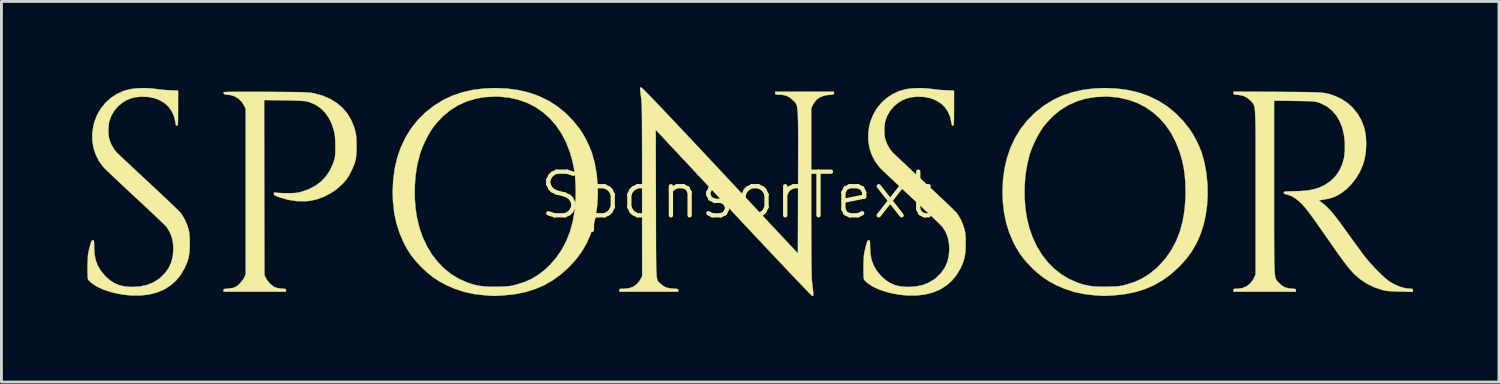
<source format=kicad_pcb>
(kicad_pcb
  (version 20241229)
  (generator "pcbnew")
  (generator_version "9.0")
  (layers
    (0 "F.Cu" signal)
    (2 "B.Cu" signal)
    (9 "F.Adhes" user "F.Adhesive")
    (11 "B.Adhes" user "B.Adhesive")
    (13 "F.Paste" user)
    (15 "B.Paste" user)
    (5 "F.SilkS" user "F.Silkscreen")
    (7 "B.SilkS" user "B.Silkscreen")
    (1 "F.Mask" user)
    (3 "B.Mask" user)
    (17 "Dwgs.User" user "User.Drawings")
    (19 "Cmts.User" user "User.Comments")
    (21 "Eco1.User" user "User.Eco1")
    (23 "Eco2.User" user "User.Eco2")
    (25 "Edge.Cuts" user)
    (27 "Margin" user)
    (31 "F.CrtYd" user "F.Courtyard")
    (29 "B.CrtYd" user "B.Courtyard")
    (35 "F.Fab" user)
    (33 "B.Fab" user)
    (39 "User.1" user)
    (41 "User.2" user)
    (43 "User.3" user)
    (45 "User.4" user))
  (footprint "SponsorText"
    (layer "F.Cu")
    (at 22.662 3.771)
    (property "Reference" "SponsorText" (at 0 0 0) (layer "F.SilkS") (effects (font (size 1.524 1.524) (thickness 0.15))))
    (attr through_hole)
    (fp_poly (pts (xy -8.01 -3.729) (xy -7.613 -3.676) (xy -7.238 -3.587) (xy -6.885 -3.462) (xy -6.555 -3.302) (xy -6.248 -3.105) (xy -5.963 -2.873) (xy -5.7 -2.605) (xy -5.468 -2.313) (xy -5.356 -2.141) (xy -5.246 -1.943) (xy -5.146 -1.735) (xy -5.063 -1.533) (xy -5.039 -1.464) (xy -4.945 -1.123) (xy -4.881 -0.761) (xy -4.845 -0.385) (xy -4.838 -0.005) (xy -4.861 0.371) (xy -4.913 0.734) (xy -4.986 1.044) (xy -5.096 1.375) (xy -5.229 1.676) (xy -5.391 1.954) (xy -5.586 2.218) (xy -5.818 2.475) (xy -5.841 2.499) (xy -6.114 2.747) (xy -6.402 2.958) (xy -6.705 3.133) (xy -7.028 3.273) (xy -7.372 3.379) (xy -7.74 3.452) (xy -8.128 3.493) (xy -8.241 3.5) (xy -8.341 3.505) (xy -8.42 3.509) (xy -8.469 3.51) (xy -8.477 3.51) (xy -8.514 3.508) (xy -8.584 3.503) (xy -8.675 3.497) (xy -8.773 3.49) (xy -9.15 3.448) (xy -9.506 3.371) (xy -9.848 3.257) (xy -10.128 3.134) (xy -10.372 3.003) (xy -10.594 2.857) (xy -10.804 2.689) (xy -10.996 2.508) (xy -11.193 2.297) (xy -11.359 2.087) (xy -11.502 1.865) (xy -11.621 1.64) (xy -11.764 1.308) (xy -11.872 0.966) (xy -11.947 0.608) (xy -11.99 0.229) (xy -11.995 0.077) (xy -11.231 0.077) (xy -11.202 0.459) (xy -11.154 0.774) (xy -11.067 1.133) (xy -10.949 1.47) (xy -10.801 1.783) (xy -10.626 2.07) (xy -10.425 2.329) (xy -10.2 2.558) (xy -9.951 2.755) (xy -9.681 2.918) (xy -9.392 3.045) (xy -9.293 3.078) (xy -9.159 3.118) (xy -9.034 3.147) (xy -8.91 3.168) (xy -8.777 3.181) (xy -8.625 3.188) (xy -8.444 3.189) (xy -8.35 3.188) (xy -8.201 3.185) (xy -8.085 3.181) (xy -7.992 3.176) (xy -7.915 3.167) (xy -7.843 3.155) (xy -7.767 3.138) (xy -7.684 3.117) (xy -7.397 3.026) (xy -7.137 2.908) (xy -6.895 2.76) (xy -6.665 2.576) (xy -6.529 2.447) (xy -6.298 2.186) (xy -6.101 1.901) (xy -5.937 1.591) (xy -5.807 1.256) (xy -5.709 0.896) (xy -5.645 0.51) (xy -5.613 0.097) (xy -5.609 -0.112) (xy -5.616 -0.425) (xy -5.638 -0.709) (xy -5.677 -0.974) (xy -5.733 -1.232) (xy -5.809 -1.493) (xy -5.82 -1.527) (xy -5.952 -1.863) (xy -6.114 -2.171) (xy -6.303 -2.448) (xy -6.518 -2.693) (xy -6.758 -2.906) (xy -7.022 -3.086) (xy -7.308 -3.231) (xy -7.615 -3.34) (xy -7.94 -3.412) (xy -8.284 -3.447) (xy -8.422 -3.45) (xy -8.772 -3.431) (xy -9.103 -3.375) (xy -9.415 -3.28) (xy -9.708 -3.149) (xy -9.98 -2.98) (xy -10.233 -2.773) (xy -10.465 -2.53) (xy -10.576 -2.392) (xy -10.676 -2.244) (xy -10.778 -2.067) (xy -10.876 -1.873) (xy -10.964 -1.675) (xy -11.035 -1.486) (xy -11.056 -1.418) (xy -11.143 -1.069) (xy -11.201 -0.697) (xy -11.23 -0.312) (xy -11.231 0.077) (xy -11.995 0.077) (xy -12.002 -0.127) (xy -11.983 -0.545) (xy -11.929 -0.943) (xy -11.84 -1.322) (xy -11.715 -1.68) (xy -11.556 -2.016) (xy -11.364 -2.328) (xy -11.137 -2.615) (xy -10.878 -2.876) (xy -10.837 -2.912) (xy -10.548 -3.138) (xy -10.24 -3.328) (xy -9.913 -3.482) (xy -9.566 -3.6) (xy -9.197 -3.683) (xy -8.805 -3.732) (xy -8.431 -3.746) (xy -8.01 -3.729)) (stroke (width 0.01) (type solid)) (fill yes) (layer "F.SilkS"))
    (fp_poly (pts (xy 13.283 -3.729) (xy 13.681 -3.676) (xy 14.056 -3.587) (xy 14.408 -3.462) (xy 14.738 -3.302) (xy 15.046 -3.105) (xy 15.331 -2.873) (xy 15.593 -2.605) (xy 15.826 -2.313) (xy 15.938 -2.141) (xy 16.048 -1.943) (xy 16.148 -1.735) (xy 16.231 -1.533) (xy 16.255 -1.464) (xy 16.348 -1.123) (xy 16.413 -0.761) (xy 16.449 -0.385) (xy 16.455 -0.005) (xy 16.433 0.371) (xy 16.38 0.734) (xy 16.308 1.044) (xy 16.198 1.375) (xy 16.064 1.676) (xy 15.903 1.954) (xy 15.708 2.218) (xy 15.476 2.475) (xy 15.453 2.499) (xy 15.179 2.747) (xy 14.892 2.958) (xy 14.588 3.133) (xy 14.266 3.273) (xy 13.922 3.379) (xy 13.553 3.452) (xy 13.166 3.493) (xy 13.053 3.5) (xy 12.953 3.505) (xy 12.874 3.509) (xy 12.825 3.51) (xy 12.816 3.51) (xy 12.779 3.508) (xy 12.71 3.503) (xy 12.619 3.497) (xy 12.52 3.49) (xy 12.144 3.448) (xy 11.788 3.371) (xy 11.446 3.257) (xy 11.165 3.134) (xy 10.921 3.003) (xy 10.7 2.857) (xy 10.49 2.689) (xy 10.298 2.508) (xy 10.1 2.297) (xy 9.935 2.087) (xy 9.792 1.865) (xy 9.672 1.64) (xy 9.53 1.308) (xy 9.422 0.966) (xy 9.347 0.608) (xy 9.304 0.229) (xy 9.299 0.077) (xy 10.063 0.077) (xy 10.092 0.459) (xy 10.14 0.774) (xy 10.227 1.133) (xy 10.345 1.47) (xy 10.492 1.783) (xy 10.667 2.07) (xy 10.868 2.329) (xy 11.094 2.558) (xy 11.342 2.755) (xy 11.612 2.918) (xy 11.902 3.045) (xy 12 3.078) (xy 12.135 3.118) (xy 12.259 3.147) (xy 12.384 3.168) (xy 12.517 3.181) (xy 12.669 3.188) (xy 12.85 3.189) (xy 12.943 3.188) (xy 13.093 3.185) (xy 13.209 3.181) (xy 13.301 3.176) (xy 13.379 3.167) (xy 13.451 3.155) (xy 13.527 3.138) (xy 13.61 3.117) (xy 13.897 3.026) (xy 14.157 2.908) (xy 14.398 2.76) (xy 14.628 2.576) (xy 14.765 2.447) (xy 14.995 2.186) (xy 15.193 1.901) (xy 15.356 1.591) (xy 15.487 1.256) (xy 15.584 0.896) (xy 15.649 0.51) (xy 15.681 0.097) (xy 15.684 -0.112) (xy 15.677 -0.425) (xy 15.655 -0.709) (xy 15.617 -0.974) (xy 15.561 -1.232) (xy 15.484 -1.493) (xy 15.473 -1.527) (xy 15.341 -1.863) (xy 15.18 -2.171) (xy 14.991 -2.448) (xy 14.776 -2.693) (xy 14.535 -2.906) (xy 14.271 -3.086) (xy 13.985 -3.231) (xy 13.679 -3.34) (xy 13.353 -3.412) (xy 13.01 -3.447) (xy 12.872 -3.45) (xy 12.522 -3.431) (xy 12.191 -3.375) (xy 11.879 -3.28) (xy 11.586 -3.149) (xy 11.313 -2.98) (xy 11.061 -2.773) (xy 10.829 -2.53) (xy 10.718 -2.392) (xy 10.618 -2.244) (xy 10.515 -2.067) (xy 10.417 -1.873) (xy 10.33 -1.675) (xy 10.259 -1.486) (xy 10.237 -1.418) (xy 10.151 -1.069) (xy 10.093 -0.697) (xy 10.063 -0.312) (xy 10.063 0.077) (xy 9.299 0.077) (xy 9.292 -0.127) (xy 9.31 -0.545) (xy 9.364 -0.943) (xy 9.454 -1.322) (xy 9.578 -1.68) (xy 9.737 -2.016) (xy 9.93 -2.328) (xy 10.156 -2.615) (xy 10.416 -2.876) (xy 10.456 -2.912) (xy 10.746 -3.138) (xy 11.054 -3.328) (xy 11.38 -3.482) (xy 11.728 -3.6) (xy 12.097 -3.683) (xy 12.489 -3.732) (xy 12.863 -3.746) (xy 13.283 -3.729)) (stroke (width 0.01) (type solid)) (fill yes) (layer "F.SilkS"))
    (fp_poly (pts (xy -16.892 -3.616) (xy -16.586 -3.615) (xy -16.42 -3.614) (xy -16.133 -3.612) (xy -15.884 -3.61) (xy -15.671 -3.609) (xy -15.491 -3.607) (xy -15.339 -3.605) (xy -15.213 -3.603) (xy -15.109 -3.6) (xy -15.024 -3.596) (xy -14.955 -3.592) (xy -14.897 -3.588) (xy -14.849 -3.582) (xy -14.806 -3.575) (xy -14.765 -3.567) (xy -14.724 -3.558) (xy -14.721 -3.558) (xy -14.434 -3.475) (xy -14.175 -3.363) (xy -13.947 -3.222) (xy -13.749 -3.052) (xy -13.582 -2.854) (xy -13.448 -2.629) (xy -13.346 -2.378) (xy -13.309 -2.248) (xy -13.29 -2.166) (xy -13.277 -2.085) (xy -13.268 -1.996) (xy -13.264 -1.888) (xy -13.262 -1.75) (xy -13.262 -1.714) (xy -13.264 -1.541) (xy -13.272 -1.399) (xy -13.288 -1.276) (xy -13.316 -1.163) (xy -13.357 -1.046) (xy -13.413 -0.917) (xy -13.455 -0.83) (xy -13.516 -0.711) (xy -13.573 -0.616) (xy -13.635 -0.532) (xy -13.712 -0.444) (xy -13.74 -0.413) (xy -13.937 -0.233) (xy -14.159 -0.078) (xy -14.397 0.046) (xy -14.646 0.138) (xy -14.899 0.192) (xy -15.04 0.206) (xy -15.351 0.201) (xy -15.659 0.154) (xy -15.959 0.067) (xy -16.007 0.049) (xy -16.083 0.017) (xy -16.127 -0.008) (xy -16.146 -0.033) (xy -16.15 -0.057) (xy -16.148 -0.086) (xy -16.133 -0.099) (xy -16.097 -0.099) (xy -16.039 -0.091) (xy -15.975 -0.084) (xy -15.881 -0.08) (xy -15.769 -0.076) (xy -15.652 -0.075) (xy -15.642 -0.075) (xy -15.505 -0.078) (xy -15.398 -0.084) (xy -15.309 -0.096) (xy -15.224 -0.114) (xy -15.192 -0.123) (xy -14.93 -0.215) (xy -14.7 -0.334) (xy -14.502 -0.482) (xy -14.334 -0.658) (xy -14.196 -0.864) (xy -14.088 -1.1) (xy -14.051 -1.206) (xy -14.032 -1.272) (xy -14.019 -1.332) (xy -14.01 -1.398) (xy -14.005 -1.478) (xy -14.003 -1.581) (xy -14.003 -1.714) (xy -14.005 -1.862) (xy -14.01 -1.978) (xy -14.018 -2.073) (xy -14.031 -2.158) (xy -14.049 -2.243) (xy -14.052 -2.254) (xy -14.129 -2.495) (xy -14.234 -2.709) (xy -14.366 -2.894) (xy -14.523 -3.048) (xy -14.703 -3.168) (xy -14.903 -3.253) (xy -14.97 -3.273) (xy -15.02 -3.283) (xy -15.084 -3.291) (xy -15.168 -3.298) (xy -15.276 -3.304) (xy -15.412 -3.309) (xy -15.581 -3.313) (xy -15.788 -3.317) (xy -15.796 -3.317) (xy -16.489 -3.328) (xy -16.484 -0.272) (xy -16.478 2.783) (xy -16.432 2.883) (xy -16.37 2.984) (xy -16.283 3.084) (xy -16.185 3.167) (xy -16.118 3.206) (xy -16.038 3.233) (xy -15.933 3.251) (xy -15.88 3.256) (xy -15.801 3.261) (xy -15.755 3.268) (xy -15.734 3.281) (xy -15.727 3.303) (xy -15.727 3.315) (xy -15.727 3.365) (xy -17.907 3.365) (xy -17.907 3.315) (xy -17.904 3.29) (xy -17.891 3.274) (xy -17.857 3.265) (xy -17.795 3.259) (xy -17.743 3.255) (xy -17.601 3.238) (xy -17.497 3.203) (xy -17.493 3.201) (xy -17.404 3.14) (xy -17.312 3.052) (xy -17.232 2.951) (xy -17.18 2.861) (xy -17.134 2.762) (xy -17.134 -3.016) (xy -17.185 -3.128) (xy -17.268 -3.262) (xy -17.381 -3.373) (xy -17.516 -3.455) (xy -17.667 -3.503) (xy -17.782 -3.514) (xy -17.854 -3.521) (xy -17.893 -3.545) (xy -17.907 -3.592) (xy -17.907 -3.602) (xy -17.886 -3.606) (xy -17.823 -3.61) (xy -17.718 -3.613) (xy -17.573 -3.615) (xy -17.386 -3.616) (xy -17.159 -3.616) (xy -16.892 -3.616)) (stroke (width 0.01) (type solid)) (fill yes) (layer "F.SilkS"))
    (fp_poly (pts (xy -3.323 -3.765) (xy -3.317 -3.764) (xy -3.297 -3.75) (xy -3.254 -3.709) (xy -3.185 -3.641) (xy -3.092 -3.546) (xy -2.973 -3.423) (xy -2.828 -3.273) (xy -2.657 -3.094) (xy -2.46 -2.886) (xy -2.236 -2.65) (xy -1.986 -2.384) (xy -1.707 -2.088) (xy -1.401 -1.763) (xy -1.068 -1.407) (xy -0.705 -1.021) (xy -0.56 -0.865) (xy 2.148 2.027) (xy 2.154 -0.473) (xy 2.155 -0.863) (xy 2.156 -1.214) (xy 2.156 -1.527) (xy 2.157 -1.804) (xy 2.157 -2.048) (xy 2.156 -2.261) (xy 2.154 -2.446) (xy 2.152 -2.605) (xy 2.148 -2.74) (xy 2.144 -2.853) (xy 2.137 -2.946) (xy 2.13 -3.023) (xy 2.121 -3.085) (xy 2.11 -3.134) (xy 2.096 -3.174) (xy 2.081 -3.205) (xy 2.064 -3.231) (xy 2.044 -3.254) (xy 2.022 -3.276) (xy 1.997 -3.299) (xy 1.971 -3.325) (xy 1.863 -3.416) (xy 1.751 -3.475) (xy 1.623 -3.506) (xy 1.488 -3.514) (xy 1.416 -3.515) (xy 1.376 -3.52) (xy 1.359 -3.534) (xy 1.355 -3.56) (xy 1.355 -3.567) (xy 1.355 -3.619) (xy 3.408 -3.619) (xy 3.408 -3.569) (xy 3.405 -3.544) (xy 3.392 -3.529) (xy 3.361 -3.519) (xy 3.301 -3.513) (xy 3.233 -3.509) (xy 3.06 -3.483) (xy 2.914 -3.424) (xy 2.793 -3.332) (xy 2.696 -3.206) (xy 2.659 -3.134) (xy 2.614 -3.037) (xy 2.614 -0.127) (xy 2.614 0.311) (xy 2.614 0.709) (xy 2.615 1.068) (xy 2.616 1.39) (xy 2.617 1.677) (xy 2.618 1.931) (xy 2.619 2.154) (xy 2.621 2.347) (xy 2.623 2.513) (xy 2.626 2.653) (xy 2.628 2.769) (xy 2.631 2.862) (xy 2.635 2.936) (xy 2.639 2.991) (xy 2.641 3.016) (xy 2.659 3.173) (xy 2.673 3.293) (xy 2.682 3.381) (xy 2.686 3.442) (xy 2.685 3.48) (xy 2.681 3.502) (xy 2.672 3.511) (xy 2.659 3.513) (xy 2.654 3.513) (xy 2.634 3.498) (xy 2.586 3.452) (xy 2.51 3.375) (xy 2.407 3.27) (xy 2.277 3.134) (xy 2.12 2.971) (xy 1.937 2.779) (xy 1.729 2.559) (xy 1.495 2.312) (xy 1.237 2.038) (xy 0.954 1.737) (xy 0.648 1.411) (xy 0.318 1.06) (xy -0.035 0.683) (xy -0.101 0.613) (xy -2.816 -2.287) (xy -2.81 0.29) (xy -2.809 0.68) (xy -2.809 1.029) (xy -2.808 1.34) (xy -2.807 1.616) (xy -2.807 1.858) (xy -2.805 2.07) (xy -2.803 2.253) (xy -2.801 2.41) (xy -2.798 2.542) (xy -2.794 2.653) (xy -2.789 2.744) (xy -2.783 2.817) (xy -2.776 2.876) (xy -2.767 2.922) (xy -2.757 2.957) (xy -2.745 2.985) (xy -2.731 3.006) (xy -2.716 3.024) (xy -2.698 3.04) (xy -2.679 3.057) (xy -2.657 3.078) (xy -2.655 3.079) (xy -2.563 3.159) (xy -2.464 3.211) (xy -2.349 3.242) (xy -2.217 3.255) (xy -2.128 3.261) (xy -2.074 3.267) (xy -2.045 3.276) (xy -2.034 3.292) (xy -2.032 3.315) (xy -2.032 3.365) (xy -4.085 3.365) (xy -4.085 3.313) (xy -4.083 3.285) (xy -4.071 3.27) (xy -4.04 3.262) (xy -3.98 3.26) (xy -3.93 3.26) (xy -3.758 3.244) (xy -3.613 3.197) (xy -3.492 3.117) (xy -3.392 3.001) (xy -3.354 2.939) (xy -3.291 2.826) (xy -3.292 -0.159) (xy -3.292 -0.578) (xy -3.292 -0.957) (xy -3.292 -1.298) (xy -3.292 -1.603) (xy -3.293 -1.875) (xy -3.294 -2.116) (xy -3.295 -2.329) (xy -3.296 -2.514) (xy -3.297 -2.676) (xy -3.299 -2.815) (xy -3.301 -2.934) (xy -3.303 -3.036) (xy -3.306 -3.122) (xy -3.309 -3.196) (xy -3.313 -3.258) (xy -3.316 -3.312) (xy -3.321 -3.36) (xy -3.326 -3.404) (xy -3.329 -3.426) (xy -3.345 -3.553) (xy -3.356 -3.645) (xy -3.362 -3.706) (xy -3.362 -3.743) (xy -3.355 -3.761) (xy -3.342 -3.766) (xy -3.323 -3.765)) (stroke (width 0.01) (type solid)) (fill yes) (layer "F.SilkS"))
    (fp_poly (pts (xy -20.596 -3.744) (xy -20.39 -3.73) (xy -20.256 -3.713) (xy -20.153 -3.699) (xy -20.024 -3.685) (xy -19.887 -3.674) (xy -19.775 -3.668) (xy -19.494 -3.657) (xy -19.494 -3.046) (xy -19.495 -2.869) (xy -19.495 -2.73) (xy -19.496 -2.624) (xy -19.499 -2.547) (xy -19.502 -2.494) (xy -19.508 -2.461) (xy -19.515 -2.443) (xy -19.524 -2.436) (xy -19.534 -2.434) (xy -19.559 -2.442) (xy -19.575 -2.471) (xy -19.586 -2.531) (xy -19.589 -2.552) (xy -19.634 -2.754) (xy -19.713 -2.934) (xy -19.825 -3.09) (xy -19.966 -3.22) (xy -20.134 -3.322) (xy -20.328 -3.395) (xy -20.543 -3.437) (xy -20.779 -3.445) (xy -20.796 -3.444) (xy -20.989 -3.425) (xy -21.158 -3.382) (xy -21.316 -3.312) (xy -21.426 -3.245) (xy -21.588 -3.113) (xy -21.724 -2.953) (xy -21.829 -2.771) (xy -21.898 -2.575) (xy -21.905 -2.544) (xy -21.921 -2.428) (xy -21.927 -2.292) (xy -21.924 -2.155) (xy -21.91 -2.031) (xy -21.898 -1.971) (xy -21.826 -1.779) (xy -21.72 -1.6) (xy -21.646 -1.509) (xy -21.612 -1.475) (xy -21.551 -1.416) (xy -21.464 -1.333) (xy -21.355 -1.229) (xy -21.226 -1.108) (xy -21.081 -0.972) (xy -20.922 -0.823) (xy -20.752 -0.665) (xy -20.574 -0.5) (xy -20.503 -0.434) (xy -20.323 -0.267) (xy -20.151 -0.106) (xy -19.989 0.046) (xy -19.84 0.187) (xy -19.707 0.314) (xy -19.593 0.424) (xy -19.5 0.515) (xy -19.432 0.584) (xy -19.391 0.628) (xy -19.383 0.638) (xy -19.27 0.823) (xy -19.177 1.034) (xy -19.131 1.179) (xy -19.112 1.253) (xy -19.1 1.327) (xy -19.092 1.41) (xy -19.087 1.512) (xy -19.086 1.644) (xy -19.086 1.683) (xy -19.09 1.871) (xy -19.102 2.029) (xy -19.126 2.168) (xy -19.163 2.299) (xy -19.216 2.433) (xy -19.271 2.551) (xy -19.407 2.782) (xy -19.572 2.982) (xy -19.763 3.15) (xy -19.981 3.286) (xy -20.224 3.389) (xy -20.491 3.459) (xy -20.782 3.495) (xy -21.096 3.497) (xy -21.188 3.491) (xy -21.415 3.466) (xy -21.645 3.424) (xy -21.868 3.368) (xy -22.072 3.301) (xy -22.246 3.227) (xy -22.266 3.216) (xy -22.391 3.146) (xy -22.497 3.074) (xy -22.578 3.007) (xy -22.629 2.948) (xy -22.642 2.921) (xy -22.649 2.873) (xy -22.653 2.791) (xy -22.656 2.685) (xy -22.657 2.563) (xy -22.655 2.435) (xy -22.652 2.308) (xy -22.647 2.193) (xy -22.641 2.097) (xy -22.633 2.03) (xy -22.631 2.023) (xy -22.613 1.938) (xy -22.588 1.834) (xy -22.562 1.734) (xy -22.561 1.732) (xy -22.537 1.648) (xy -22.518 1.598) (xy -22.498 1.574) (xy -22.475 1.566) (xy -22.471 1.566) (xy -22.452 1.568) (xy -22.439 1.579) (xy -22.431 1.606) (xy -22.427 1.656) (xy -22.425 1.736) (xy -22.425 1.815) (xy -22.411 2.053) (xy -22.37 2.262) (xy -22.3 2.45) (xy -22.197 2.624) (xy -22.06 2.791) (xy -22.025 2.828) (xy -21.877 2.96) (xy -21.728 3.06) (xy -21.569 3.13) (xy -21.392 3.174) (xy -21.19 3.194) (xy -21.081 3.196) (xy -20.822 3.18) (xy -20.588 3.131) (xy -20.377 3.049) (xy -20.187 2.932) (xy -20.123 2.883) (xy -19.955 2.719) (xy -19.826 2.54) (xy -19.734 2.344) (xy -19.679 2.128) (xy -19.66 1.89) (xy -19.66 1.873) (xy -19.673 1.652) (xy -19.715 1.456) (xy -19.788 1.278) (xy -19.892 1.109) (xy -19.919 1.08) (xy -19.973 1.025) (xy -20.054 0.946) (xy -20.157 0.847) (xy -20.28 0.73) (xy -20.42 0.597) (xy -20.574 0.452) (xy -20.741 0.296) (xy -20.916 0.133) (xy -20.979 0.075) (xy -21.158 -0.091) (xy -21.33 -0.251) (xy -21.492 -0.403) (xy -21.641 -0.543) (xy -21.775 -0.669) (xy -21.89 -0.779) (xy -21.983 -0.869) (xy -22.053 -0.936) (xy -22.094 -0.979) (xy -22.102 -0.987) (xy -22.253 -1.192) (xy -22.369 -1.417) (xy -22.447 -1.656) (xy -22.488 -1.907) (xy -22.49 -2.165) (xy -22.452 -2.426) (xy -22.413 -2.574) (xy -22.318 -2.816) (xy -22.188 -3.037) (xy -22.028 -3.233) (xy -21.842 -3.402) (xy -21.632 -3.54) (xy -21.403 -3.644) (xy -21.188 -3.705) (xy -21.011 -3.731) (xy -20.808 -3.744) (xy -20.596 -3.744)) (stroke (width 0.01) (type solid)) (fill yes) (layer "F.SilkS"))
    (fp_poly (pts (xy 6.497 -3.744) (xy 6.703 -3.73) (xy 6.837 -3.713) (xy 6.941 -3.699) (xy 7.069 -3.685) (xy 7.206 -3.674) (xy 7.318 -3.668) (xy 7.599 -3.657) (xy 7.599 -3.046) (xy 7.599 -2.869) (xy 7.598 -2.73) (xy 7.597 -2.624) (xy 7.595 -2.547) (xy 7.591 -2.494) (xy 7.586 -2.461) (xy 7.579 -2.443) (xy 7.569 -2.436) (xy 7.559 -2.434) (xy 7.535 -2.442) (xy 7.519 -2.471) (xy 7.507 -2.531) (xy 7.504 -2.552) (xy 7.46 -2.754) (xy 7.38 -2.934) (xy 7.269 -3.09) (xy 7.127 -3.22) (xy 6.959 -3.322) (xy 6.766 -3.395) (xy 6.55 -3.437) (xy 6.315 -3.445) (xy 6.297 -3.444) (xy 6.104 -3.425) (xy 5.935 -3.382) (xy 5.777 -3.312) (xy 5.667 -3.245) (xy 5.505 -3.113) (xy 5.369 -2.953) (xy 5.264 -2.771) (xy 5.195 -2.575) (xy 5.188 -2.544) (xy 5.172 -2.428) (xy 5.166 -2.292) (xy 5.17 -2.155) (xy 5.183 -2.031) (xy 5.195 -1.971) (xy 5.267 -1.779) (xy 5.373 -1.6) (xy 5.448 -1.509) (xy 5.481 -1.475) (xy 5.542 -1.416) (xy 5.629 -1.333) (xy 5.738 -1.229) (xy 5.867 -1.108) (xy 6.012 -0.972) (xy 6.172 -0.823) (xy 6.342 -0.665) (xy 6.52 -0.5) (xy 6.591 -0.434) (xy 6.77 -0.267) (xy 6.943 -0.106) (xy 7.104 0.046) (xy 7.253 0.187) (xy 7.386 0.314) (xy 7.5 0.424) (xy 7.593 0.515) (xy 7.661 0.584) (xy 7.702 0.628) (xy 7.711 0.638) (xy 7.824 0.823) (xy 7.916 1.034) (xy 7.963 1.179) (xy 7.981 1.253) (xy 7.994 1.327) (xy 8.002 1.41) (xy 8.006 1.512) (xy 8.007 1.644) (xy 8.007 1.683) (xy 8.003 1.871) (xy 7.991 2.029) (xy 7.967 2.168) (xy 7.93 2.299) (xy 7.878 2.433) (xy 7.823 2.551) (xy 7.686 2.782) (xy 7.522 2.982) (xy 7.33 3.15) (xy 7.113 3.286) (xy 6.87 3.389) (xy 6.602 3.459) (xy 6.311 3.495) (xy 5.998 3.497) (xy 5.905 3.491) (xy 5.678 3.466) (xy 5.448 3.424) (xy 5.225 3.368) (xy 5.021 3.301) (xy 4.847 3.227) (xy 4.827 3.216) (xy 4.702 3.146) (xy 4.596 3.074) (xy 4.515 3.007) (xy 4.464 2.948) (xy 4.452 2.921) (xy 4.445 2.873) (xy 4.44 2.791) (xy 4.437 2.685) (xy 4.437 2.563) (xy 4.438 2.435) (xy 4.441 2.308) (xy 4.446 2.193) (xy 4.453 2.097) (xy 4.461 2.03) (xy 4.462 2.023) (xy 4.481 1.938) (xy 4.506 1.834) (xy 4.531 1.734) (xy 4.532 1.732) (xy 4.556 1.648) (xy 4.576 1.598) (xy 4.595 1.574) (xy 4.619 1.566) (xy 4.622 1.566) (xy 4.641 1.568) (xy 4.654 1.579) (xy 4.662 1.606) (xy 4.666 1.656) (xy 4.668 1.736) (xy 4.669 1.815) (xy 4.683 2.053) (xy 4.723 2.262) (xy 4.794 2.45) (xy 4.896 2.624) (xy 5.033 2.791) (xy 5.069 2.828) (xy 5.216 2.96) (xy 5.365 3.06) (xy 5.524 3.13) (xy 5.701 3.174) (xy 5.904 3.194) (xy 6.012 3.196) (xy 6.271 3.18) (xy 6.505 3.131) (xy 6.716 3.049) (xy 6.907 2.932) (xy 6.97 2.883) (xy 7.138 2.719) (xy 7.268 2.54) (xy 7.359 2.344) (xy 7.414 2.128) (xy 7.434 1.89) (xy 7.434 1.873) (xy 7.42 1.652) (xy 7.378 1.456) (xy 7.306 1.278) (xy 7.201 1.109) (xy 7.175 1.08) (xy 7.12 1.025) (xy 7.04 0.946) (xy 6.937 0.847) (xy 6.814 0.73) (xy 6.673 0.597) (xy 6.519 0.452) (xy 6.353 0.296) (xy 6.177 0.133) (xy 6.114 0.075) (xy 5.935 -0.091) (xy 5.764 -0.251) (xy 5.602 -0.403) (xy 5.452 -0.543) (xy 5.319 -0.669) (xy 5.204 -0.779) (xy 5.11 -0.869) (xy 5.041 -0.936) (xy 4.999 -0.979) (xy 4.992 -0.987) (xy 4.84 -1.192) (xy 4.725 -1.417) (xy 4.646 -1.656) (xy 4.606 -1.907) (xy 4.604 -2.165) (xy 4.641 -2.426) (xy 4.68 -2.574) (xy 4.776 -2.816) (xy 4.905 -3.037) (xy 5.065 -3.233) (xy 5.251 -3.402) (xy 5.461 -3.54) (xy 5.69 -3.644) (xy 5.905 -3.705) (xy 6.083 -3.731) (xy 6.285 -3.744) (xy 6.497 -3.744)) (stroke (width 0.01) (type solid)) (fill yes) (layer "F.SilkS"))
    (fp_poly (pts (xy 18.886 -3.614) (xy 19.188 -3.612) (xy 19.45 -3.61) (xy 19.677 -3.608) (xy 19.872 -3.606) (xy 20.038 -3.603) (xy 20.179 -3.599) (xy 20.298 -3.595) (xy 20.398 -3.588) (xy 20.482 -3.58) (xy 20.555 -3.57) (xy 20.619 -3.558) (xy 20.678 -3.544) (xy 20.735 -3.527) (xy 20.794 -3.508) (xy 20.858 -3.485) (xy 20.902 -3.469) (xy 21.131 -3.364) (xy 21.34 -3.225) (xy 21.526 -3.054) (xy 21.685 -2.858) (xy 21.814 -2.639) (xy 21.909 -2.403) (xy 21.95 -2.244) (xy 21.983 -2.016) (xy 21.991 -1.773) (xy 21.978 -1.528) (xy 21.942 -1.295) (xy 21.886 -1.09) (xy 21.783 -0.845) (xy 21.646 -0.612) (xy 21.483 -0.399) (xy 21.299 -0.214) (xy 21.104 -0.066) (xy 20.966 0.014) (xy 20.823 0.075) (xy 20.666 0.12) (xy 20.48 0.153) (xy 20.437 0.159) (xy 20.376 0.169) (xy 20.352 0.178) (xy 20.357 0.191) (xy 20.373 0.203) (xy 20.46 0.267) (xy 20.542 0.334) (xy 20.624 0.409) (xy 20.707 0.494) (xy 20.796 0.594) (xy 20.893 0.712) (xy 21.002 0.852) (xy 21.125 1.018) (xy 21.267 1.213) (xy 21.364 1.348) (xy 21.472 1.498) (xy 21.58 1.649) (xy 21.685 1.792) (xy 21.781 1.923) (xy 21.864 2.035) (xy 21.929 2.121) (xy 21.95 2.147) (xy 22.052 2.272) (xy 22.169 2.404) (xy 22.294 2.539) (xy 22.422 2.67) (xy 22.545 2.79) (xy 22.659 2.893) (xy 22.757 2.974) (xy 22.808 3.011) (xy 22.99 3.115) (xy 23.177 3.194) (xy 23.359 3.243) (xy 23.521 3.259) (xy 23.582 3.261) (xy 23.612 3.271) (xy 23.621 3.295) (xy 23.622 3.315) (xy 23.622 3.371) (xy 23.172 3.36) (xy 23.007 3.355) (xy 22.877 3.35) (xy 22.774 3.342) (xy 22.69 3.333) (xy 22.619 3.32) (xy 22.561 3.306) (xy 22.272 3.21) (xy 22.01 3.082) (xy 21.773 2.923) (xy 21.604 2.775) (xy 21.543 2.714) (xy 21.484 2.651) (xy 21.422 2.582) (xy 21.356 2.503) (xy 21.284 2.41) (xy 21.202 2.302) (xy 21.108 2.174) (xy 20.999 2.023) (xy 20.874 1.845) (xy 20.729 1.638) (xy 20.627 1.492) (xy 20.519 1.337) (xy 20.411 1.183) (xy 20.309 1.037) (xy 20.216 0.905) (xy 20.135 0.792) (xy 20.072 0.704) (xy 20.038 0.656) (xy 19.868 0.44) (xy 19.706 0.265) (xy 19.552 0.131) (xy 19.404 0.036) (xy 19.263 -0.019) (xy 19.238 -0.025) (xy 19.167 -0.042) (xy 19.129 -0.06) (xy 19.115 -0.082) (xy 19.114 -0.094) (xy 19.115 -0.11) (xy 19.125 -0.122) (xy 19.148 -0.13) (xy 19.19 -0.135) (xy 19.258 -0.139) (xy 19.357 -0.141) (xy 19.472 -0.143) (xy 19.704 -0.151) (xy 19.903 -0.168) (xy 20.076 -0.194) (xy 20.231 -0.232) (xy 20.359 -0.275) (xy 20.577 -0.381) (xy 20.768 -0.518) (xy 20.929 -0.683) (xy 21.059 -0.875) (xy 21.157 -1.09) (xy 21.22 -1.327) (xy 21.246 -1.559) (xy 21.245 -1.855) (xy 21.212 -2.128) (xy 21.15 -2.377) (xy 21.059 -2.601) (xy 20.94 -2.797) (xy 20.794 -2.965) (xy 20.623 -3.101) (xy 20.426 -3.205) (xy 20.331 -3.24) (xy 20.288 -3.253) (xy 20.246 -3.264) (xy 20.2 -3.272) (xy 20.144 -3.279) (xy 20.074 -3.284) (xy 19.984 -3.288) (xy 19.869 -3.291) (xy 19.723 -3.294) (xy 19.542 -3.296) (xy 19.479 -3.297) (xy 18.775 -3.306) (xy 18.775 -0.29) (xy 18.775 0.137) (xy 18.775 0.524) (xy 18.775 0.872) (xy 18.775 1.185) (xy 18.775 1.463) (xy 18.776 1.71) (xy 18.777 1.926) (xy 18.779 2.116) (xy 18.781 2.279) (xy 18.785 2.419) (xy 18.789 2.538) (xy 18.793 2.637) (xy 18.799 2.719) (xy 18.806 2.785) (xy 18.815 2.839) (xy 18.824 2.882) (xy 18.835 2.916) (xy 18.848 2.942) (xy 18.862 2.965) (xy 18.878 2.984) (xy 18.896 3.003) (xy 18.915 3.024) (xy 18.929 3.039) (xy 19.034 3.141) (xy 19.144 3.208) (xy 19.27 3.244) (xy 19.37 3.255) (xy 19.454 3.261) (xy 19.503 3.268) (xy 19.528 3.279) (xy 19.536 3.298) (xy 19.537 3.315) (xy 19.537 3.365) (xy 17.357 3.365) (xy 17.357 3.313) (xy 17.359 3.285) (xy 17.372 3.269) (xy 17.406 3.262) (xy 17.469 3.26) (xy 17.5 3.259) (xy 17.66 3.239) (xy 17.804 3.181) (xy 17.929 3.087) (xy 18.031 2.96) (xy 18.074 2.88) (xy 18.129 2.762) (xy 18.129 -0.106) (xy 18.129 -0.522) (xy 18.129 -0.897) (xy 18.129 -1.235) (xy 18.129 -1.537) (xy 18.129 -1.805) (xy 18.128 -2.041) (xy 18.127 -2.248) (xy 18.125 -2.428) (xy 18.122 -2.583) (xy 18.119 -2.715) (xy 18.114 -2.825) (xy 18.109 -2.918) (xy 18.102 -2.993) (xy 18.094 -3.055) (xy 18.085 -3.104) (xy 18.074 -3.143) (xy 18.061 -3.174) (xy 18.047 -3.199) (xy 18.031 -3.221) (xy 18.013 -3.241) (xy 17.993 -3.262) (xy 17.971 -3.286) (xy 17.967 -3.291) (xy 17.847 -3.399) (xy 17.709 -3.47) (xy 17.549 -3.506) (xy 17.51 -3.509) (xy 17.431 -3.515) (xy 17.385 -3.523) (xy 17.363 -3.536) (xy 17.357 -3.558) (xy 17.357 -3.571) (xy 17.357 -3.623) (xy 18.886 -3.614)) (stroke (width 0.01) (type solid)) (fill yes) (layer "F.SilkS")))
  (gr_rect
    (start -3 -3)
    (end 49.289 10.29)
    (stroke (width 0.1) (type default))
    (fill no)
    (layer "Edge.Cuts")))
</source>
